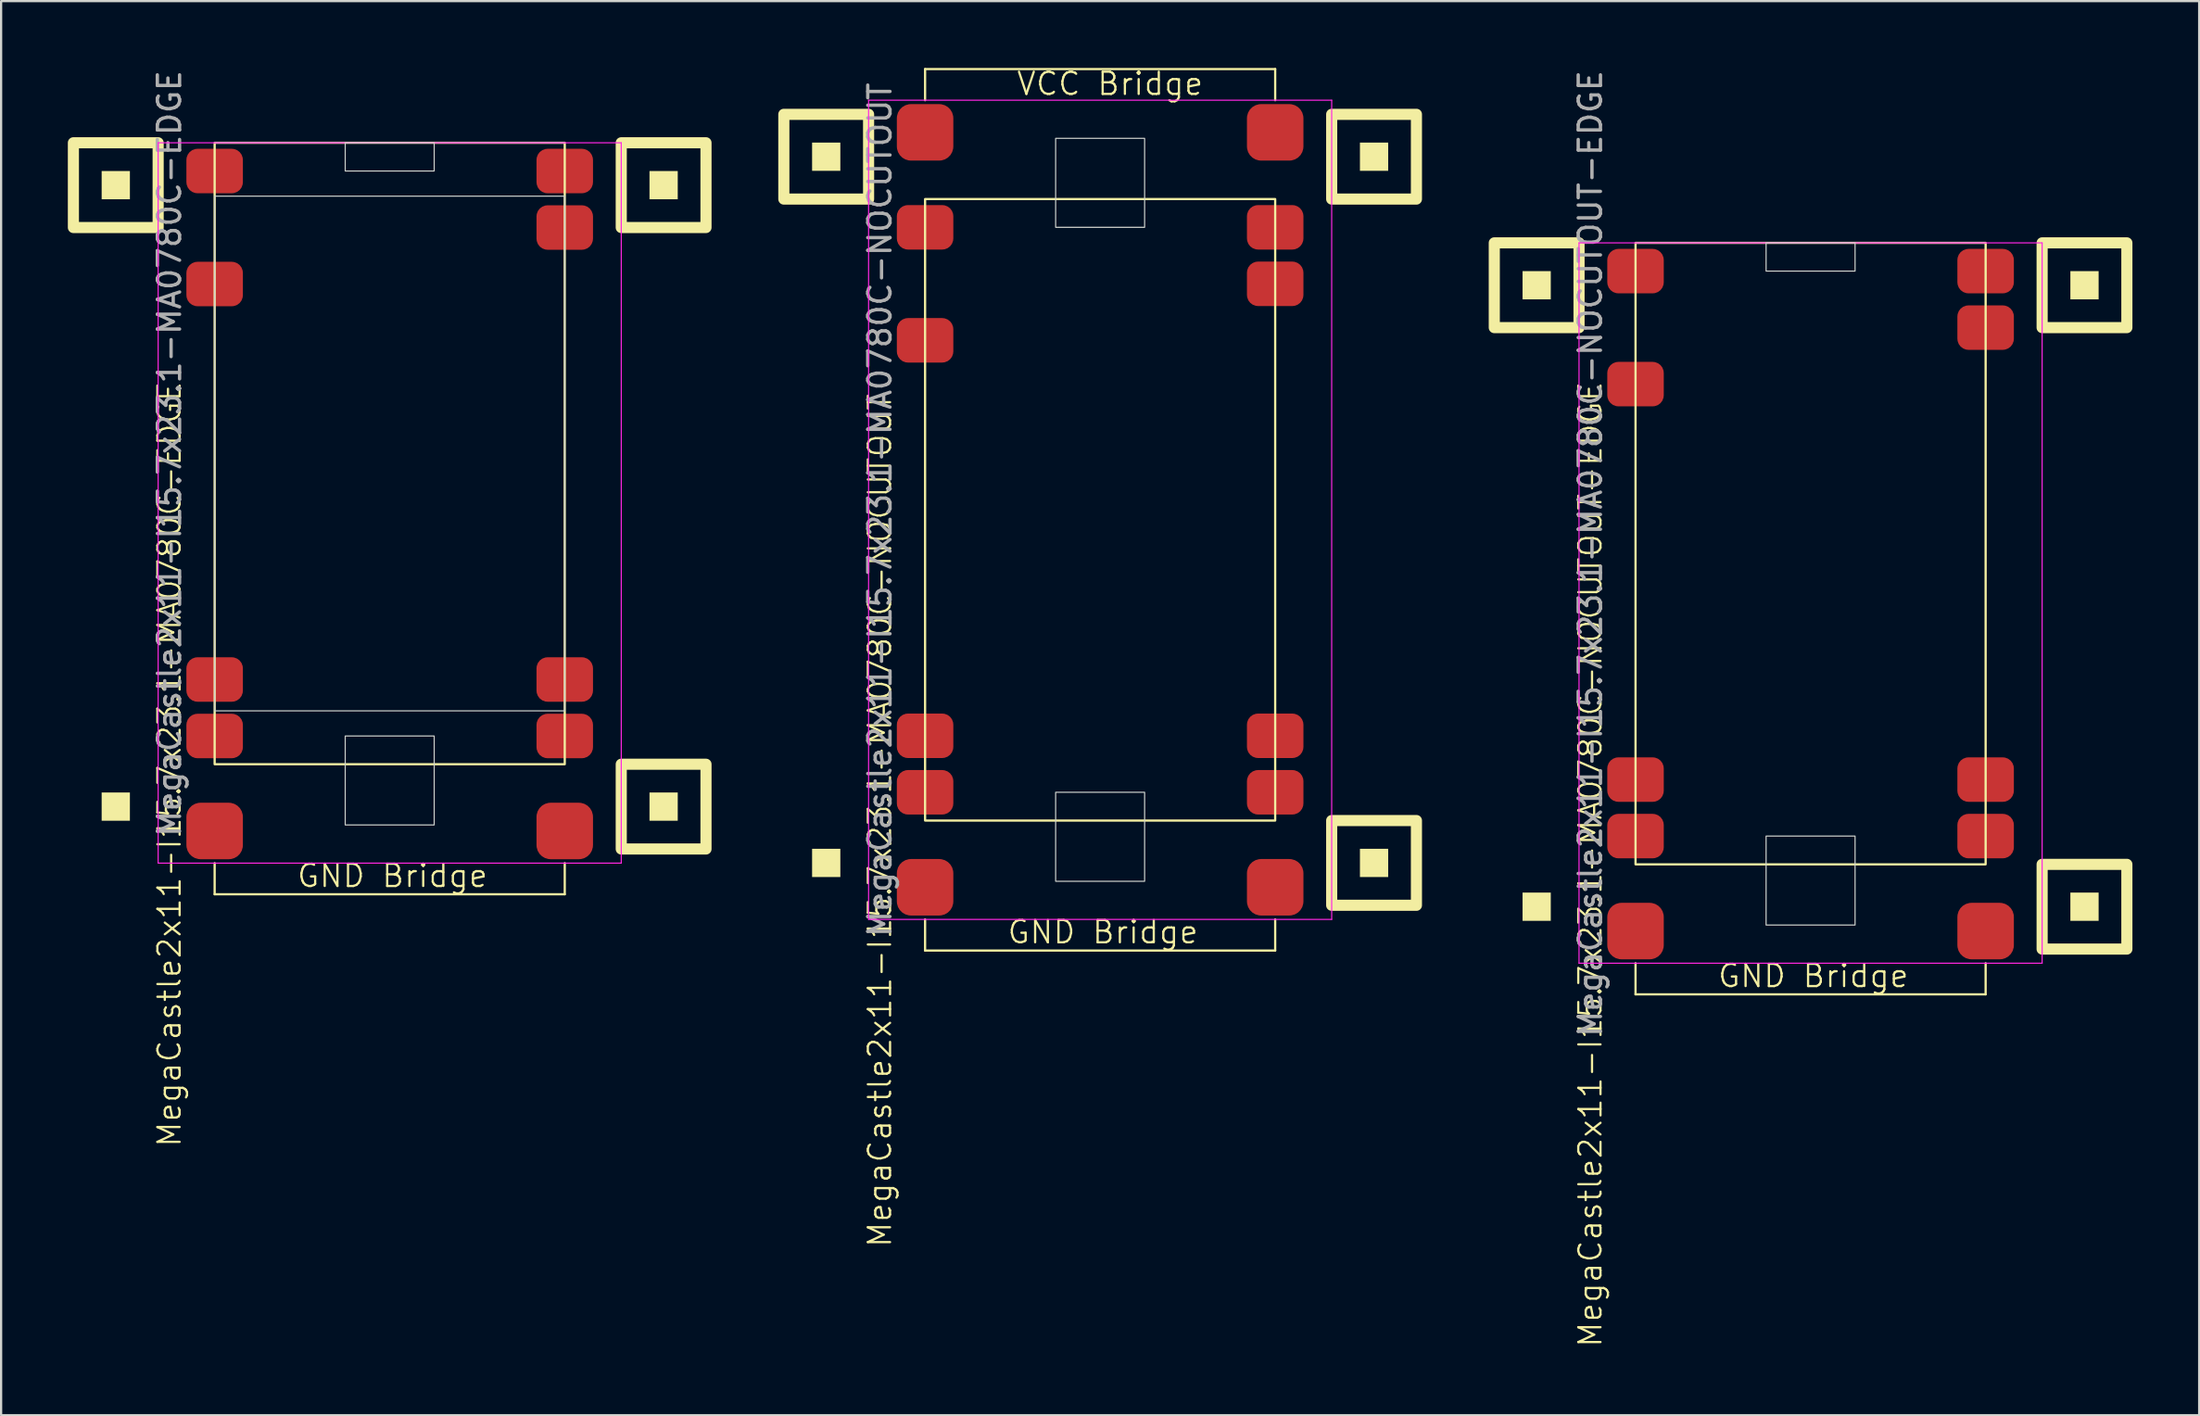
<source format=kicad_pcb>
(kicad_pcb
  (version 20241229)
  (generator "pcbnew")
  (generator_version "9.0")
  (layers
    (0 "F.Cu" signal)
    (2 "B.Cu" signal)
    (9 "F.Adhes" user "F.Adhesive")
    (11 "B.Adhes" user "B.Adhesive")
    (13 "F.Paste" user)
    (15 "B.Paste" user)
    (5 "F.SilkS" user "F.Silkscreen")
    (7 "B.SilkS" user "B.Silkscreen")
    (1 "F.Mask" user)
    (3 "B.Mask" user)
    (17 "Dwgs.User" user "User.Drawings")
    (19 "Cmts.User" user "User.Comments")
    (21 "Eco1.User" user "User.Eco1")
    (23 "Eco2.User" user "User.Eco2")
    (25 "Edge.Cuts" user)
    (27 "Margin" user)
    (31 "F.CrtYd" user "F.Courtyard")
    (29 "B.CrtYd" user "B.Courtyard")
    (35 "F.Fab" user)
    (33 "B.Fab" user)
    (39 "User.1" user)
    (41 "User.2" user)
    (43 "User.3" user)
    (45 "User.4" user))
  (footprint "MegaCastle2x11-I15.7x23.1-MA0780C-EDGE"
    (layer "F.Cu")
    (at 14.47 17.339)
    (property "Reference" "MegaCastle2x11-I15.7x23.1-MA0780C-EDGE" (at -9.902 13.97 90) (unlocked yes) (layer "F.SilkS") (effects (font (size 1 1) (thickness 0.1))))
    (attr smd)
    (fp_line (start -7.87 18.415) (end -7.87 19.815) (stroke (width 0.1) (type default)) (layer "F.SilkS"))
    (fp_line (start -7.87 19.815) (end 7.87 19.815) (stroke (width 0.1) (type default)) (layer "F.SilkS"))
    (fp_line (start 7.87 18.415) (end 7.87 19.815) (stroke (width 0.1) (type default)) (layer "F.SilkS"))
    (fp_rect (start -11.68 -11.43) (end -12.95 -12.7) (stroke (width 0) (type solid)) (fill yes) (layer "F.SilkS"))
    (fp_rect (start -11.68 16.51) (end -12.95 15.24) (stroke (width 0) (type solid)) (fill yes) (layer "F.SilkS"))
    (fp_rect (start -10.41 -10.16) (end -14.22 -13.97) (stroke (width 0.5) (type default)) (fill no) (layer "F.SilkS"))
    (fp_rect (start -7.87 -13.97) (end 7.87 13.97) (stroke (width 0.1) (type default)) (fill no) (layer "F.SilkS"))
    (fp_rect (start 12.95 -11.43) (end 11.68 -12.7) (stroke (width 0) (type solid)) (fill yes) (layer "F.SilkS"))
    (fp_rect (start 12.95 16.51) (end 11.68 15.24) (stroke (width 0) (type solid)) (fill yes) (layer "F.SilkS"))
    (fp_rect (start 14.22 -10.16) (end 10.41 -13.97) (stroke (width 0.5) (type default)) (fill no) (layer "F.SilkS"))
    (fp_rect (start 14.22 17.78) (end 10.41 13.97) (stroke (width 0.5) (type default)) (fill no) (layer "F.SilkS"))
    (fp_rect (start -7.87 -11.57) (end 7.87 11.57) (stroke (width 0.05) (type default)) (fill no) (layer "Edge.Cuts"))
    (fp_rect (start -2 -12.7) (end 2 -13.97) (stroke (width 0.05) (type default)) (fill no) (layer "Edge.Cuts"))
    (fp_rect (start -2 12.7) (end 2 16.7) (stroke (width 0.05) (type default)) (fill no) (layer "Edge.Cuts"))
    (fp_line (start -10.41 -13.97) (end -10.41 18.415) (stroke (width 0.05) (type default)) (layer "F.CrtYd"))
    (fp_line (start -10.41 18.415) (end 10.41 18.415) (stroke (width 0.05) (type default)) (layer "F.CrtYd"))
    (fp_line (start 10.41 -13.97) (end -10.41 -13.97) (stroke (width 0.05) (type default)) (layer "F.CrtYd"))
    (fp_line (start 10.41 -13.97) (end 10.41 18.415) (stroke (width 0.05) (type default)) (layer "F.CrtYd"))
    (fp_text user "GND Bridge" (at -4.226 19.57 0) (unlocked yes) (layer "F.SilkS") (effects (font (size 1 1) (thickness 0.1)) (justify left bottom)))
    (fp_text user "${REFERENCE}" (at -9.902 0 90) (unlocked yes) (layer "F.Fab") (effects (font (size 1 1) (thickness 0.15))))
    (pad "1" smd roundrect (at -7.87 -12.7) (size 2.54 2) (layers "F.Cu" "F.Mask" "F.Paste") (roundrect_rratio 0.25))
    (pad "3" smd roundrect (at -7.87 -7.62) (size 2.54 2) (layers "F.Cu" "F.Mask" "F.Paste") (roundrect_rratio 0.25))
    (pad "10" smd roundrect (at -7.87 10.16) (size 2.54 2) (layers "F.Cu" "F.Mask" "F.Paste") (roundrect_rratio 0.25))
    (pad "11" smd roundrect (at -7.87 12.7) (size 2.54 2) (layers "F.Cu" "F.Mask" "F.Paste") (roundrect_rratio 0.25))
    (pad "12" smd roundrect (at 7.87 -12.7) (size 2.54 2) (layers "F.Cu" "F.Mask" "F.Paste") (roundrect_rratio 0.25))
    (pad "13" smd roundrect (at 7.87 -10.16) (size 2.54 2) (layers "F.Cu" "F.Mask" "F.Paste") (roundrect_rratio 0.25))
    (pad "21" smd roundrect (at 7.87 10.16) (size 2.54 2) (layers "F.Cu" "F.Mask" "F.Paste") (roundrect_rratio 0.25))
    (pad "22" smd roundrect (at 7.87 12.7) (size 2.54 2) (layers "F.Cu" "F.Mask" "F.Paste") (roundrect_rratio 0.25))
    (pad "B1" smd roundrect (at -7.87 16.97) (size 2.54 2.54) (layers "F.Cu" "F.Mask" "F.Paste") (roundrect_rratio 0.25))
    (pad "B2" smd roundrect (at 7.87 16.97) (size 2.54 2.54) (layers "F.Cu" "F.Mask" "F.Paste") (roundrect_rratio 0.25)))
  (footprint "MegaCastle2x11-I15.7x23.1-MA0780C-NOCUTOUT-EDGE"
    (layer "F.Cu")
    (at 78.35 21.839)
    (property "Reference" "MegaCastle2x11-I15.7x23.1-MA0780C-NOCUTOUT-EDGE" (at -9.902 13.97 90) (unlocked yes) (layer "F.SilkS") (effects (font (size 1 1) (thickness 0.1))))
    (attr smd)
    (fp_line (start -7.87 18.415) (end -7.87 19.815) (stroke (width 0.1) (type default)) (layer "F.SilkS"))
    (fp_line (start -7.87 19.815) (end 7.87 19.815) (stroke (width 0.1) (type default)) (layer "F.SilkS"))
    (fp_line (start 7.87 18.415) (end 7.87 19.815) (stroke (width 0.1) (type default)) (layer "F.SilkS"))
    (fp_rect (start -11.68 -11.43) (end -12.95 -12.7) (stroke (width 0) (type solid)) (fill yes) (layer "F.SilkS"))
    (fp_rect (start -11.68 16.51) (end -12.95 15.24) (stroke (width 0) (type solid)) (fill yes) (layer "F.SilkS"))
    (fp_rect (start -10.41 -10.16) (end -14.22 -13.97) (stroke (width 0.5) (type default)) (fill no) (layer "F.SilkS"))
    (fp_rect (start -7.87 -13.97) (end 7.87 13.97) (stroke (width 0.1) (type default)) (fill no) (layer "F.SilkS"))
    (fp_rect (start 12.95 -11.43) (end 11.68 -12.7) (stroke (width 0) (type solid)) (fill yes) (layer "F.SilkS"))
    (fp_rect (start 12.95 16.51) (end 11.68 15.24) (stroke (width 0) (type solid)) (fill yes) (layer "F.SilkS"))
    (fp_rect (start 14.22 -10.16) (end 10.41 -13.97) (stroke (width 0.5) (type default)) (fill no) (layer "F.SilkS"))
    (fp_rect (start 14.22 17.78) (end 10.41 13.97) (stroke (width 0.5) (type default)) (fill no) (layer "F.SilkS"))
    (fp_rect (start -2 -12.7) (end 2 -13.97) (stroke (width 0.05) (type default)) (fill no) (layer "Edge.Cuts"))
    (fp_rect (start -2 12.7) (end 2 16.7) (stroke (width 0.05) (type default)) (fill no) (layer "Edge.Cuts"))
    (fp_line (start -10.41 -13.97) (end -10.41 18.415) (stroke (width 0.05) (type default)) (layer "F.CrtYd"))
    (fp_line (start -10.41 18.415) (end 10.41 18.415) (stroke (width 0.05) (type default)) (layer "F.CrtYd"))
    (fp_line (start 10.41 -13.97) (end -10.41 -13.97) (stroke (width 0.05) (type default)) (layer "F.CrtYd"))
    (fp_line (start 10.41 -13.97) (end 10.41 18.415) (stroke (width 0.05) (type default)) (layer "F.CrtYd"))
    (fp_text user "GND Bridge" (at -4.226 19.57 0) (unlocked yes) (layer "F.SilkS") (effects (font (size 1 1) (thickness 0.1)) (justify left bottom)))
    (fp_text user "${REFERENCE}" (at -9.902 0 90) (unlocked yes) (layer "F.Fab") (effects (font (size 1 1) (thickness 0.15))))
    (pad "1" smd roundrect (at -7.87 -12.7) (size 2.54 2) (layers "F.Cu" "F.Mask" "F.Paste") (roundrect_rratio 0.25))
    (pad "3" smd roundrect (at -7.87 -7.62) (size 2.54 2) (layers "F.Cu" "F.Mask" "F.Paste") (roundrect_rratio 0.25))
    (pad "10" smd roundrect (at -7.87 10.16) (size 2.54 2) (layers "F.Cu" "F.Mask" "F.Paste") (roundrect_rratio 0.25))
    (pad "11" smd roundrect (at -7.87 12.7) (size 2.54 2) (layers "F.Cu" "F.Mask" "F.Paste") (roundrect_rratio 0.25))
    (pad "12" smd roundrect (at 7.87 -12.7) (size 2.54 2) (layers "F.Cu" "F.Mask" "F.Paste") (roundrect_rratio 0.25))
    (pad "13" smd roundrect (at 7.87 -10.16) (size 2.54 2) (layers "F.Cu" "F.Mask" "F.Paste") (roundrect_rratio 0.25))
    (pad "21" smd roundrect (at 7.87 10.16) (size 2.54 2) (layers "F.Cu" "F.Mask" "F.Paste") (roundrect_rratio 0.25))
    (pad "22" smd roundrect (at 7.87 12.7) (size 2.54 2) (layers "F.Cu" "F.Mask" "F.Paste") (roundrect_rratio 0.25))
    (pad "B1" smd roundrect (at -7.87 16.97) (size 2.54 2.54) (layers "F.Cu" "F.Mask" "F.Paste") (roundrect_rratio 0.25))
    (pad "B2" smd roundrect (at 7.87 16.97) (size 2.54 2.54) (layers "F.Cu" "F.Mask" "F.Paste") (roundrect_rratio 0.25)))
  (footprint "MegaCastle2x11-I15.7x23.1-MA0780C-NOCUTOUT"
    (layer "F.Cu")
    (at 46.41 19.87)
    (property "Reference" "MegaCastle2x11-I15.7x23.1-MA0780C-NOCUTOUT" (at -9.902 13.97 90) (unlocked yes) (layer "F.SilkS") (effects (font (size 1 1) (thickness 0.1))))
    (attr smd)
    (fp_line (start -7.87 -19.815) (end 7.87 -19.815) (stroke (width 0.1) (type default)) (layer "F.SilkS"))
    (fp_line (start -7.87 -18.415) (end -7.87 -19.815) (stroke (width 0.1) (type default)) (layer "F.SilkS"))
    (fp_line (start -7.87 18.415) (end -7.87 19.815) (stroke (width 0.1) (type default)) (layer "F.SilkS"))
    (fp_line (start -7.87 19.815) (end 7.87 19.815) (stroke (width 0.1) (type default)) (layer "F.SilkS"))
    (fp_line (start 7.87 -18.415) (end 7.87 -19.815) (stroke (width 0.1) (type default)) (layer "F.SilkS"))
    (fp_line (start 7.87 18.415) (end 7.87 19.815) (stroke (width 0.1) (type default)) (layer "F.SilkS"))
    (fp_rect (start -11.68 -15.24) (end -12.95 -16.51) (stroke (width 0) (type solid)) (fill yes) (layer "F.SilkS"))
    (fp_rect (start -11.68 16.51) (end -12.95 15.24) (stroke (width 0) (type solid)) (fill yes) (layer "F.SilkS"))
    (fp_rect (start -10.41 -13.97) (end -14.22 -17.78) (stroke (width 0.5) (type default)) (fill no) (layer "F.SilkS"))
    (fp_rect (start -7.87 -13.97) (end 7.87 13.97) (stroke (width 0.1) (type default)) (fill no) (layer "F.SilkS"))
    (fp_rect (start 12.95 -15.24) (end 11.68 -16.51) (stroke (width 0) (type solid)) (fill yes) (layer "F.SilkS"))
    (fp_rect (start 12.95 16.51) (end 11.68 15.24) (stroke (width 0) (type solid)) (fill yes) (layer "F.SilkS"))
    (fp_rect (start 14.22 -13.97) (end 10.41 -17.78) (stroke (width 0.5) (type default)) (fill no) (layer "F.SilkS"))
    (fp_rect (start 14.22 17.78) (end 10.41 13.97) (stroke (width 0.5) (type default)) (fill no) (layer "F.SilkS"))
    (fp_rect (start -2 -12.7) (end 2 -16.7) (stroke (width 0.05) (type default)) (fill no) (layer "Edge.Cuts"))
    (fp_rect (start -2 12.7) (end 2 16.7) (stroke (width 0.05) (type default)) (fill no) (layer "Edge.Cuts"))
    (fp_line (start -10.41 -18.415) (end -10.41 18.415) (stroke (width 0.05) (type default)) (layer "F.CrtYd"))
    (fp_line (start -10.41 18.415) (end 10.41 18.415) (stroke (width 0.05) (type default)) (layer "F.CrtYd"))
    (fp_line (start 10.41 -18.415) (end -10.41 -18.415) (stroke (width 0.05) (type default)) (layer "F.CrtYd"))
    (fp_line (start 10.41 -18.415) (end 10.41 18.415) (stroke (width 0.05) (type default)) (layer "F.CrtYd"))
    (fp_text user "VCC Bridge" (at -3.81 -18.57 0) (unlocked yes) (layer "F.SilkS") (effects (font (size 1 1) (thickness 0.1)) (justify left bottom)))
    (fp_text user "GND Bridge" (at -4.226 19.57 0) (unlocked yes) (layer "F.SilkS") (effects (font (size 1 1) (thickness 0.1)) (justify left bottom)))
    (fp_text user "${REFERENCE}" (at -9.902 0 90) (unlocked yes) (layer "F.Fab") (effects (font (size 1 1) (thickness 0.15))))
    (pad "1" smd roundrect (at -7.87 -12.7) (size 2.54 2) (layers "F.Cu" "F.Mask" "F.Paste") (roundrect_rratio 0.25))
    (pad "3" smd roundrect (at -7.87 -7.62) (size 2.54 2) (layers "F.Cu" "F.Mask" "F.Paste") (roundrect_rratio 0.25))
    (pad "10" smd roundrect (at -7.87 10.16) (size 2.54 2) (layers "F.Cu" "F.Mask" "F.Paste") (roundrect_rratio 0.25))
    (pad "11" smd roundrect (at -7.87 12.7) (size 2.54 2) (layers "F.Cu" "F.Mask" "F.Paste") (roundrect_rratio 0.25))
    (pad "12" smd roundrect (at 7.87 -12.7) (size 2.54 2) (layers "F.Cu" "F.Mask" "F.Paste") (roundrect_rratio 0.25))
    (pad "13" smd roundrect (at 7.87 -10.16) (size 2.54 2) (layers "F.Cu" "F.Mask" "F.Paste") (roundrect_rratio 0.25))
    (pad "21" smd roundrect (at 7.87 10.16) (size 2.54 2) (layers "F.Cu" "F.Mask" "F.Paste") (roundrect_rratio 0.25))
    (pad "22" smd roundrect (at 7.87 12.7) (size 2.54 2) (layers "F.Cu" "F.Mask" "F.Paste") (roundrect_rratio 0.25))
    (pad "A1" smd roundrect (at -7.87 -16.97) (size 2.54 2.54) (layers "F.Cu" "F.Mask" "F.Paste") (roundrect_rratio 0.25))
    (pad "A2" smd roundrect (at 7.87 -16.97) (size 2.54 2.54) (layers "F.Cu" "F.Mask" "F.Paste") (roundrect_rratio 0.25))
    (pad "B1" smd roundrect (at -7.87 16.97) (size 2.54 2.54) (layers "F.Cu" "F.Mask" "F.Paste") (roundrect_rratio 0.25))
    (pad "B2" smd roundrect (at 7.87 16.97) (size 2.54 2.54) (layers "F.Cu" "F.Mask" "F.Paste") (roundrect_rratio 0.25)))
  (gr_rect
    (start -3 -3)
    (end 95.82 60.574)
    (stroke (width 0.1) (type default))
    (fill no)
    (layer "Edge.Cuts")))
</source>
